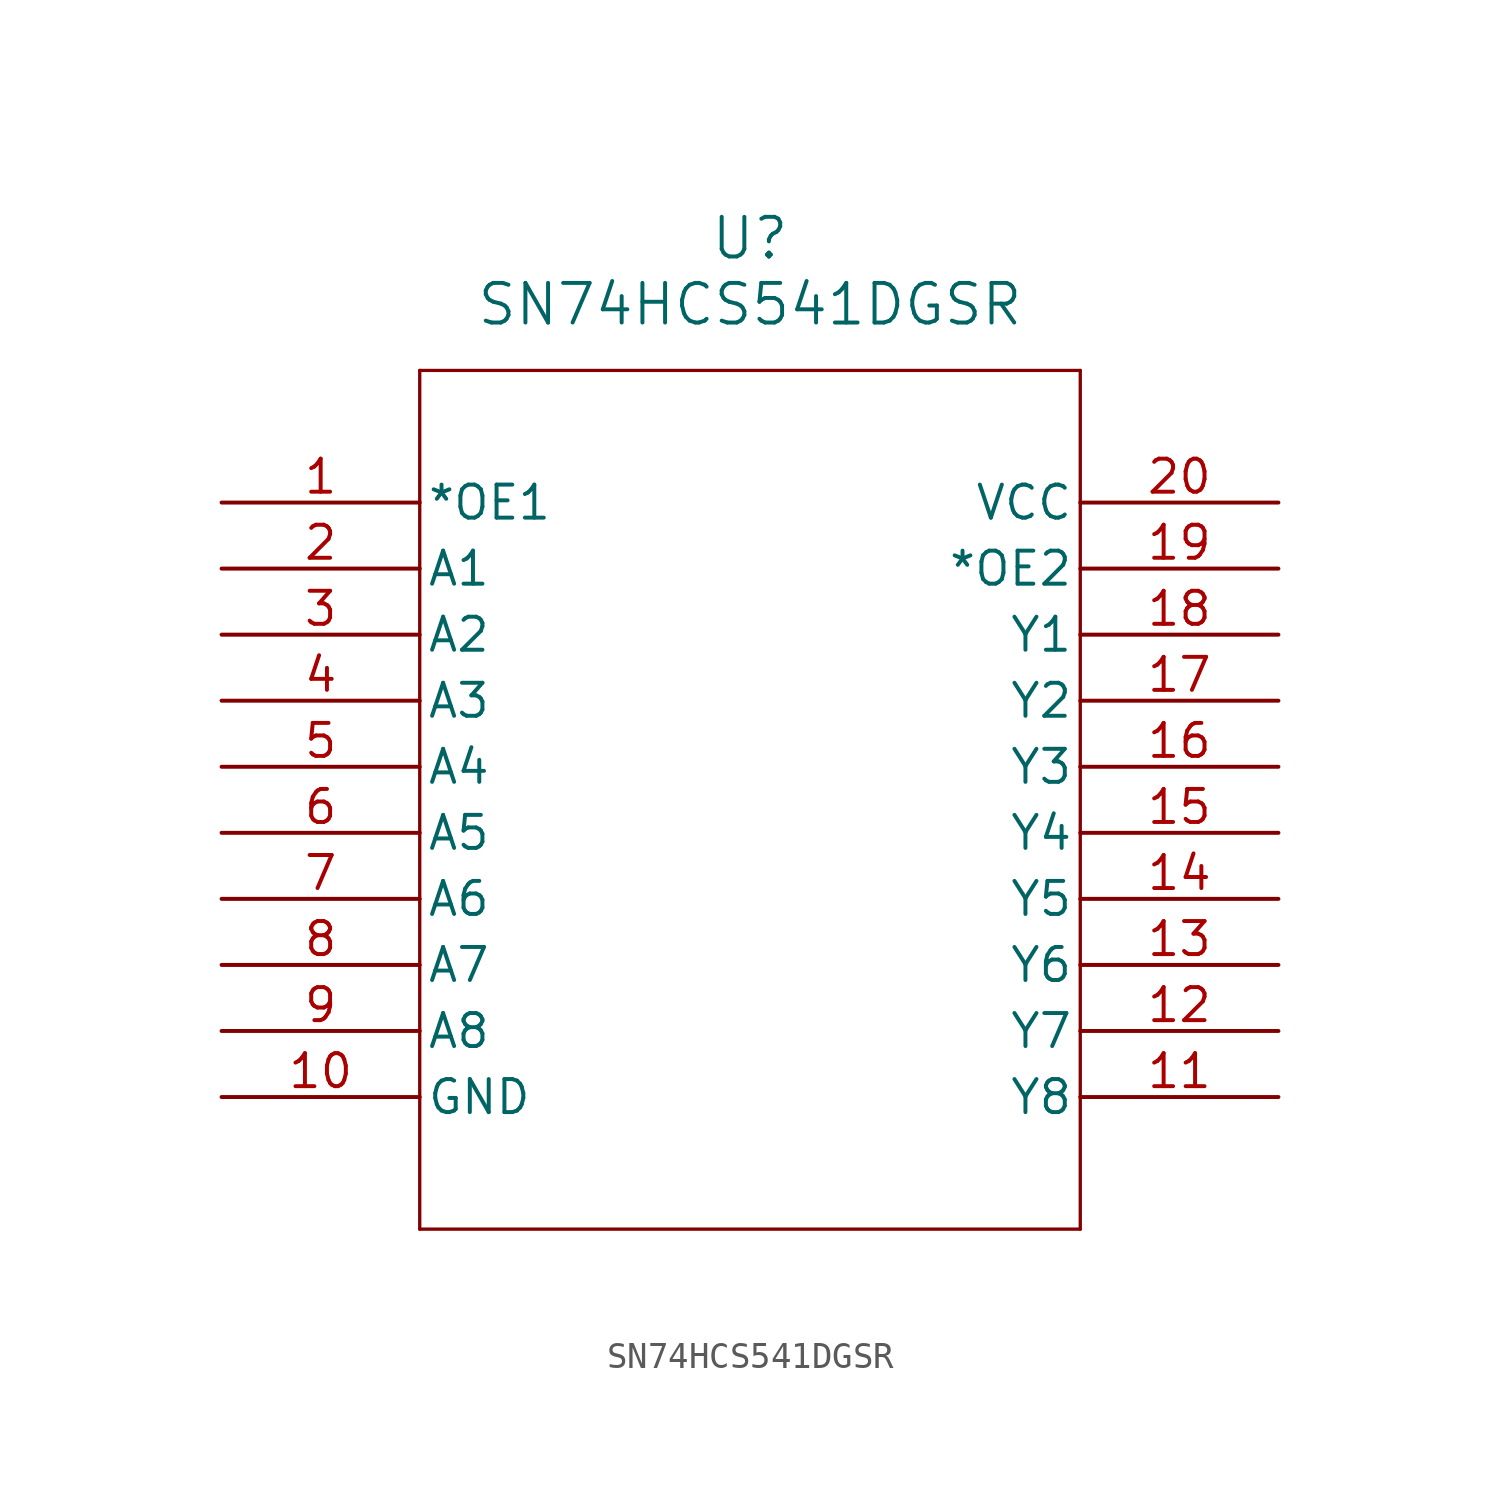
<source format=kicad_sym>
(kicad_symbol_lib
  (version 20211014)
  (generator kicad_symbol_editor)
  (symbol "SN74HCS541DGSR"
    (pin_names
      (offset 0.254))
    (property "Reference" "U"
      (at 20.32 10.16 0)
      (effects (font (size 1.524 1.524))))
    (property "Value" "SN74HCS541DGSR"
      (at 20.32 7.62 0)
      (effects (font (size 1.524 1.524))))
    (symbol "SN74HCS541DGSR_0_1"
      (polyline (pts (xy 7.62 5.08) (xy 7.62 -27.94)) (stroke (width 0.127) (type default) (color 0 0 0 0)) (fill (type none)))
      (polyline (pts (xy 7.62 -27.94) (xy 33.02 -27.94)) (stroke (width 0.127) (type default) (color 0 0 0 0)) (fill (type none)))
      (polyline (pts (xy 33.02 -27.94) (xy 33.02 5.08)) (stroke (width 0.127) (type default) (color 0 0 0 0)) (fill (type none)))
      (polyline (pts (xy 33.02 5.08) (xy 7.62 5.08)) (stroke (width 0.127) (type default) (color 0 0 0 0)) (fill (type none)))
      (pin input line (at 0 0 0) (length 7.62) (name "*OE1" (effects (font (size 1.27 1.27)))) (number "1" (effects (font (size 1.27 1.27)))))
      (pin input line (at 0 -2.54 0) (length 7.62) (name "A1" (effects (font (size 1.27 1.27)))) (number "2" (effects (font (size 1.27 1.27)))))
      (pin input line (at 0 -5.08 0) (length 7.62) (name "A2" (effects (font (size 1.27 1.27)))) (number "3" (effects (font (size 1.27 1.27)))))
      (pin input line (at 0 -7.62 0) (length 7.62) (name "A3" (effects (font (size 1.27 1.27)))) (number "4" (effects (font (size 1.27 1.27)))))
      (pin input line (at 0 -10.16 0) (length 7.62) (name "A4" (effects (font (size 1.27 1.27)))) (number "5" (effects (font (size 1.27 1.27)))))
      (pin input line (at 0 -12.7 0) (length 7.62) (name "A5" (effects (font (size 1.27 1.27)))) (number "6" (effects (font (size 1.27 1.27)))))
      (pin input line (at 0 -15.24 0) (length 7.62) (name "A6" (effects (font (size 1.27 1.27)))) (number "7" (effects (font (size 1.27 1.27)))))
      (pin input line (at 0 -17.78 0) (length 7.62) (name "A7" (effects (font (size 1.27 1.27)))) (number "8" (effects (font (size 1.27 1.27)))))
      (pin input line (at 0 -20.32 0) (length 7.62) (name "A8" (effects (font (size 1.27 1.27)))) (number "9" (effects (font (size 1.27 1.27)))))
      (pin power_out line (at 0 -22.86 0) (length 7.62) (name "GND" (effects (font (size 1.27 1.27)))) (number "10" (effects (font (size 1.27 1.27)))))
      (pin output line (at 40.64 -22.86 180) (length 7.62) (name "Y8" (effects (font (size 1.27 1.27)))) (number "11" (effects (font (size 1.27 1.27)))))
      (pin output line (at 40.64 -20.32 180) (length 7.62) (name "Y7" (effects (font (size 1.27 1.27)))) (number "12" (effects (font (size 1.27 1.27)))))
      (pin output line (at 40.64 -17.78 180) (length 7.62) (name "Y6" (effects (font (size 1.27 1.27)))) (number "13" (effects (font (size 1.27 1.27)))))
      (pin output line (at 40.64 -15.24 180) (length 7.62) (name "Y5" (effects (font (size 1.27 1.27)))) (number "14" (effects (font (size 1.27 1.27)))))
      (pin output line (at 40.64 -12.7 180) (length 7.62) (name "Y4" (effects (font (size 1.27 1.27)))) (number "15" (effects (font (size 1.27 1.27)))))
      (pin output line (at 40.64 -10.16 180) (length 7.62) (name "Y3" (effects (font (size 1.27 1.27)))) (number "16" (effects (font (size 1.27 1.27)))))
      (pin output line (at 40.64 -7.62 180) (length 7.62) (name "Y2" (effects (font (size 1.27 1.27)))) (number "17" (effects (font (size 1.27 1.27)))))
      (pin output line (at 40.64 -5.08 180) (length 7.62) (name "Y1" (effects (font (size 1.27 1.27)))) (number "18" (effects (font (size 1.27 1.27)))))
      (pin output line (at 40.64 -2.54 180) (length 7.62) (name "*OE2" (effects (font (size 1.27 1.27)))) (number "19" (effects (font (size 1.27 1.27)))))
      (pin power_in line (at 40.64 0 180) (length 7.62) (name "VCC" (effects (font (size 1.27 1.27)))) (number "20" (effects (font (size 1.27 1.27))))))))
</source>
